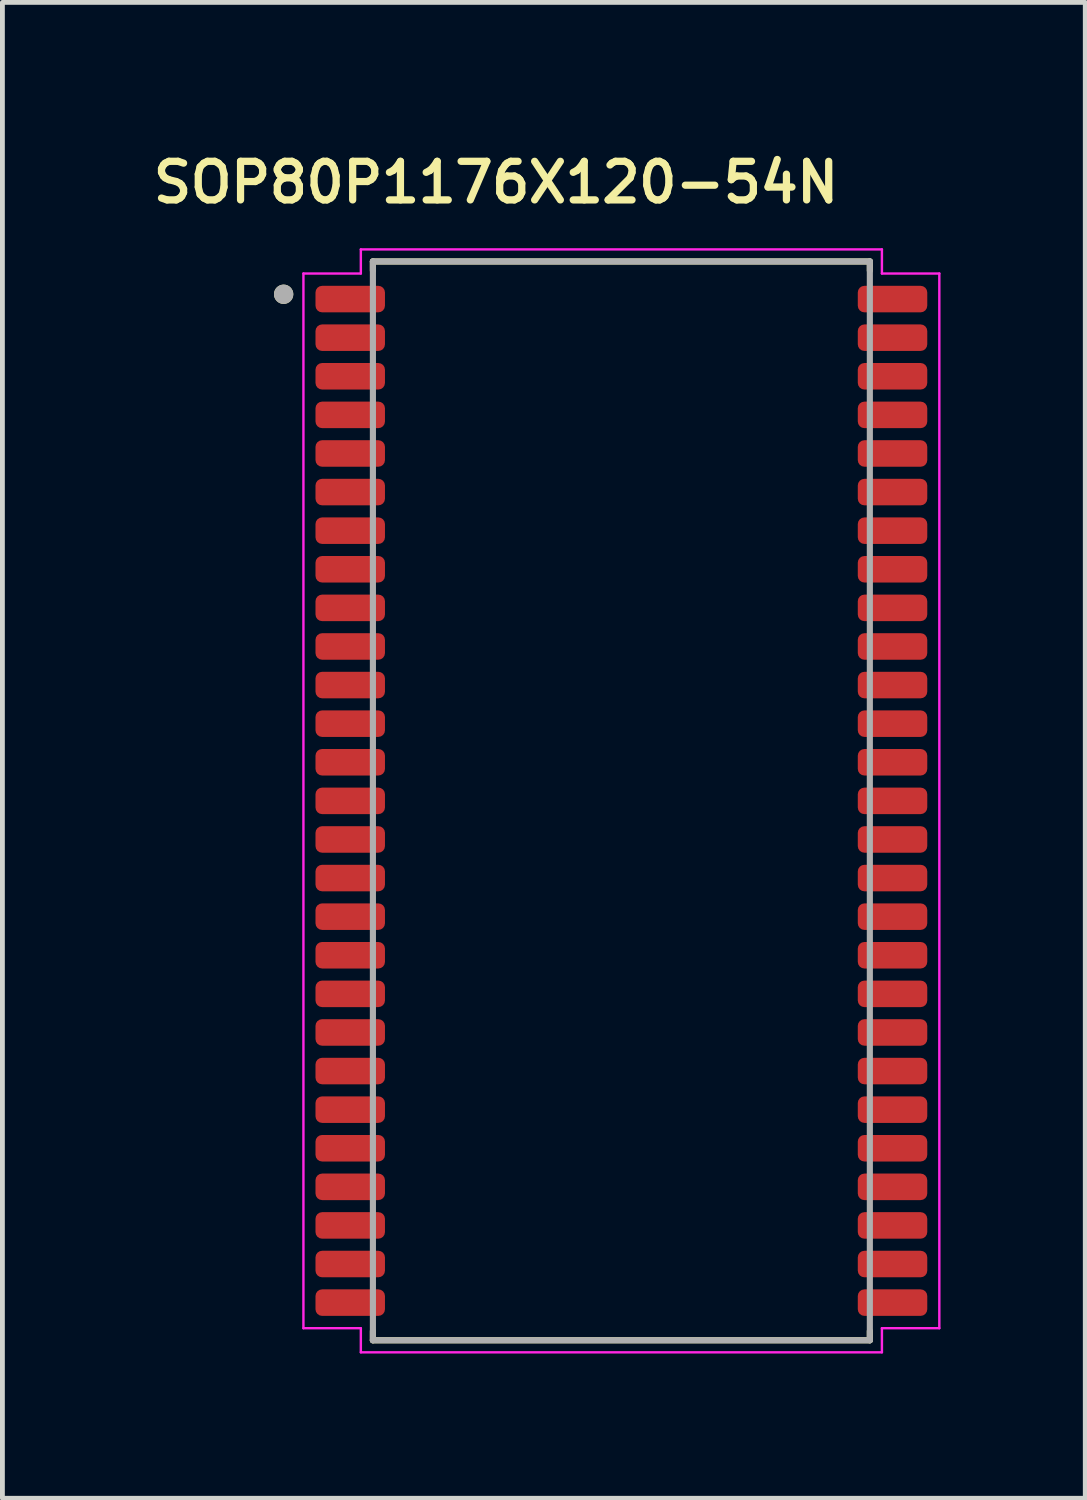
<source format=kicad_pcb>
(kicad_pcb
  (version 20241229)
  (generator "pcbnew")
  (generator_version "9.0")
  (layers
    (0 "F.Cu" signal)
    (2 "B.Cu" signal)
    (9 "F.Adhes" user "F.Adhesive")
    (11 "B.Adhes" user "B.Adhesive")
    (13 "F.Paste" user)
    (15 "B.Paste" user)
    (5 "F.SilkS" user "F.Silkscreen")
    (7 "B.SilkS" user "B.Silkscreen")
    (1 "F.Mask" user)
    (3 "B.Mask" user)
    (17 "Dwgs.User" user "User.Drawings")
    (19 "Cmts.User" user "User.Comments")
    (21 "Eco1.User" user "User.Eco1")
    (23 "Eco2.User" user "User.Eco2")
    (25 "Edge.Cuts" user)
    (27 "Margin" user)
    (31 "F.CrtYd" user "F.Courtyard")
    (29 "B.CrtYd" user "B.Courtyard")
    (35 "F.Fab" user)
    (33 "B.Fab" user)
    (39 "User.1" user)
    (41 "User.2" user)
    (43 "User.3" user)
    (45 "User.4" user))
  (footprint "SOP80P1176X120-54N"
    (layer "F.Cu")
    (at 9.829 13.549)
    (property "Reference" "SOP80P1176X120-54N" (at -2.598 -12.818 0) (layer "F.SilkS") (effects (font (size 0.8 0.8) (thickness 0.15))))
    (attr smd)
    (fp_line (start -5.15 -11.18) (end -5.15 -10.99) (stroke (width 0.127) (type solid)) (layer "F.SilkS"))
    (fp_line (start -5.15 11.18) (end -5.15 10.99) (stroke (width 0.127) (type solid)) (layer "F.SilkS"))
    (fp_line (start -5.15 11.18) (end 5.15 11.18) (stroke (width 0.127) (type solid)) (layer "F.SilkS"))
    (fp_line (start 5.15 -11.18) (end -5.15 -11.18) (stroke (width 0.127) (type solid)) (layer "F.SilkS"))
    (fp_line (start 5.15 -11.18) (end 5.15 -10.99) (stroke (width 0.127) (type solid)) (layer "F.SilkS"))
    (fp_line (start 5.15 11.18) (end 5.15 10.99) (stroke (width 0.127) (type solid)) (layer "F.SilkS"))
    (fp_circle (center -7 -10.5) (end -6.9 -10.5) (stroke (width 0.2) (type solid)) (fill no) (layer "F.SilkS"))
    (fp_line (start -6.59 -10.93) (end -6.59 10.93) (stroke (width 0.05) (type solid)) (layer "F.CrtYd"))
    (fp_line (start -5.4 -11.43) (end -5.4 -10.93) (stroke (width 0.05) (type solid)) (layer "F.CrtYd"))
    (fp_line (start -5.4 -11.43) (end 5.4 -11.43) (stroke (width 0.05) (type solid)) (layer "F.CrtYd"))
    (fp_line (start -5.4 -10.93) (end -6.59 -10.93) (stroke (width 0.05) (type solid)) (layer "F.CrtYd"))
    (fp_line (start -5.4 10.93) (end -6.59 10.93) (stroke (width 0.05) (type solid)) (layer "F.CrtYd"))
    (fp_line (start -5.4 11.43) (end -5.4 10.93) (stroke (width 0.05) (type solid)) (layer "F.CrtYd"))
    (fp_line (start -5.4 11.43) (end 5.4 11.43) (stroke (width 0.05) (type solid)) (layer "F.CrtYd"))
    (fp_line (start 5.4 -11.43) (end 5.4 -10.93) (stroke (width 0.05) (type solid)) (layer "F.CrtYd"))
    (fp_line (start 5.4 -10.93) (end 6.59 -10.93) (stroke (width 0.05) (type solid)) (layer "F.CrtYd"))
    (fp_line (start 5.4 10.93) (end 6.59 10.93) (stroke (width 0.05) (type solid)) (layer "F.CrtYd"))
    (fp_line (start 5.4 11.43) (end 5.4 10.93) (stroke (width 0.05) (type solid)) (layer "F.CrtYd"))
    (fp_line (start 6.59 -10.93) (end 6.59 10.93) (stroke (width 0.05) (type solid)) (layer "F.CrtYd"))
    (fp_line (start -5.15 -11.18) (end -5.15 11.18) (stroke (width 0.127) (type solid)) (layer "F.Fab"))
    (fp_line (start -5.15 11.18) (end 5.15 11.18) (stroke (width 0.127) (type solid)) (layer "F.Fab"))
    (fp_line (start 5.15 -11.18) (end -5.15 -11.18) (stroke (width 0.127) (type solid)) (layer "F.Fab"))
    (fp_line (start 5.15 11.18) (end 5.15 -11.18) (stroke (width 0.127) (type solid)) (layer "F.Fab"))
    (fp_circle (center -7 -10.5) (end -6.9 -10.5) (stroke (width 0.2) (type solid)) (fill no) (layer "F.Fab"))
    (pad "1" smd roundrect (at -5.62 -10.4) (size 1.44 0.55) (layers "F.Cu" "F.Mask" "F.Paste") (roundrect_rratio 0.25))
    (pad "2" smd roundrect (at -5.62 -9.6) (size 1.44 0.55) (layers "F.Cu" "F.Mask" "F.Paste") (roundrect_rratio 0.25))
    (pad "3" smd roundrect (at -5.62 -8.8) (size 1.44 0.55) (layers "F.Cu" "F.Mask" "F.Paste") (roundrect_rratio 0.25))
    (pad "4" smd roundrect (at -5.62 -8) (size 1.44 0.55) (layers "F.Cu" "F.Mask" "F.Paste") (roundrect_rratio 0.25))
    (pad "5" smd roundrect (at -5.62 -7.2) (size 1.44 0.55) (layers "F.Cu" "F.Mask" "F.Paste") (roundrect_rratio 0.25))
    (pad "6" smd roundrect (at -5.62 -6.4) (size 1.44 0.55) (layers "F.Cu" "F.Mask" "F.Paste") (roundrect_rratio 0.25))
    (pad "7" smd roundrect (at -5.62 -5.6) (size 1.44 0.55) (layers "F.Cu" "F.Mask" "F.Paste") (roundrect_rratio 0.25))
    (pad "8" smd roundrect (at -5.62 -4.8) (size 1.44 0.55) (layers "F.Cu" "F.Mask" "F.Paste") (roundrect_rratio 0.25))
    (pad "9" smd roundrect (at -5.62 -4) (size 1.44 0.55) (layers "F.Cu" "F.Mask" "F.Paste") (roundrect_rratio 0.25))
    (pad "10" smd roundrect (at -5.62 -3.2) (size 1.44 0.55) (layers "F.Cu" "F.Mask" "F.Paste") (roundrect_rratio 0.25))
    (pad "11" smd roundrect (at -5.62 -2.4) (size 1.44 0.55) (layers "F.Cu" "F.Mask" "F.Paste") (roundrect_rratio 0.25))
    (pad "12" smd roundrect (at -5.62 -1.6) (size 1.44 0.55) (layers "F.Cu" "F.Mask" "F.Paste") (roundrect_rratio 0.25))
    (pad "13" smd roundrect (at -5.62 -0.8) (size 1.44 0.55) (layers "F.Cu" "F.Mask" "F.Paste") (roundrect_rratio 0.25))
    (pad "14" smd roundrect (at -5.62 0) (size 1.44 0.55) (layers "F.Cu" "F.Mask" "F.Paste") (roundrect_rratio 0.25))
    (pad "15" smd roundrect (at -5.62 0.8) (size 1.44 0.55) (layers "F.Cu" "F.Mask" "F.Paste") (roundrect_rratio 0.25))
    (pad "16" smd roundrect (at -5.62 1.6) (size 1.44 0.55) (layers "F.Cu" "F.Mask" "F.Paste") (roundrect_rratio 0.25))
    (pad "17" smd roundrect (at -5.62 2.4) (size 1.44 0.55) (layers "F.Cu" "F.Mask" "F.Paste") (roundrect_rratio 0.25))
    (pad "18" smd roundrect (at -5.62 3.2) (size 1.44 0.55) (layers "F.Cu" "F.Mask" "F.Paste") (roundrect_rratio 0.25))
    (pad "19" smd roundrect (at -5.62 4) (size 1.44 0.55) (layers "F.Cu" "F.Mask" "F.Paste") (roundrect_rratio 0.25))
    (pad "20" smd roundrect (at -5.62 4.8) (size 1.44 0.55) (layers "F.Cu" "F.Mask" "F.Paste") (roundrect_rratio 0.25))
    (pad "21" smd roundrect (at -5.62 5.6) (size 1.44 0.55) (layers "F.Cu" "F.Mask" "F.Paste") (roundrect_rratio 0.25))
    (pad "22" smd roundrect (at -5.62 6.4) (size 1.44 0.55) (layers "F.Cu" "F.Mask" "F.Paste") (roundrect_rratio 0.25))
    (pad "23" smd roundrect (at -5.62 7.2) (size 1.44 0.55) (layers "F.Cu" "F.Mask" "F.Paste") (roundrect_rratio 0.25))
    (pad "24" smd roundrect (at -5.62 8) (size 1.44 0.55) (layers "F.Cu" "F.Mask" "F.Paste") (roundrect_rratio 0.25))
    (pad "25" smd roundrect (at -5.62 8.8) (size 1.44 0.55) (layers "F.Cu" "F.Mask" "F.Paste") (roundrect_rratio 0.25))
    (pad "26" smd roundrect (at -5.62 9.6) (size 1.44 0.55) (layers "F.Cu" "F.Mask" "F.Paste") (roundrect_rratio 0.25))
    (pad "27" smd roundrect (at -5.62 10.4) (size 1.44 0.55) (layers "F.Cu" "F.Mask" "F.Paste") (roundrect_rratio 0.25))
    (pad "28" smd roundrect (at 5.62 10.4) (size 1.44 0.55) (layers "F.Cu" "F.Mask" "F.Paste") (roundrect_rratio 0.25))
    (pad "29" smd roundrect (at 5.62 9.6) (size 1.44 0.55) (layers "F.Cu" "F.Mask" "F.Paste") (roundrect_rratio 0.25))
    (pad "30" smd roundrect (at 5.62 8.8) (size 1.44 0.55) (layers "F.Cu" "F.Mask" "F.Paste") (roundrect_rratio 0.25))
    (pad "31" smd roundrect (at 5.62 8) (size 1.44 0.55) (layers "F.Cu" "F.Mask" "F.Paste") (roundrect_rratio 0.25))
    (pad "32" smd roundrect (at 5.62 7.2) (size 1.44 0.55) (layers "F.Cu" "F.Mask" "F.Paste") (roundrect_rratio 0.25))
    (pad "33" smd roundrect (at 5.62 6.4) (size 1.44 0.55) (layers "F.Cu" "F.Mask" "F.Paste") (roundrect_rratio 0.25))
    (pad "34" smd roundrect (at 5.62 5.6) (size 1.44 0.55) (layers "F.Cu" "F.Mask" "F.Paste") (roundrect_rratio 0.25))
    (pad "35" smd roundrect (at 5.62 4.8) (size 1.44 0.55) (layers "F.Cu" "F.Mask" "F.Paste") (roundrect_rratio 0.25))
    (pad "36" smd roundrect (at 5.62 4) (size 1.44 0.55) (layers "F.Cu" "F.Mask" "F.Paste") (roundrect_rratio 0.25))
    (pad "37" smd roundrect (at 5.62 3.2) (size 1.44 0.55) (layers "F.Cu" "F.Mask" "F.Paste") (roundrect_rratio 0.25))
    (pad "38" smd roundrect (at 5.62 2.4) (size 1.44 0.55) (layers "F.Cu" "F.Mask" "F.Paste") (roundrect_rratio 0.25))
    (pad "39" smd roundrect (at 5.62 1.6) (size 1.44 0.55) (layers "F.Cu" "F.Mask" "F.Paste") (roundrect_rratio 0.25))
    (pad "40" smd roundrect (at 5.62 0.8) (size 1.44 0.55) (layers "F.Cu" "F.Mask" "F.Paste") (roundrect_rratio 0.25))
    (pad "41" smd roundrect (at 5.62 0) (size 1.44 0.55) (layers "F.Cu" "F.Mask" "F.Paste") (roundrect_rratio 0.25))
    (pad "42" smd roundrect (at 5.62 -0.8) (size 1.44 0.55) (layers "F.Cu" "F.Mask" "F.Paste") (roundrect_rratio 0.25))
    (pad "43" smd roundrect (at 5.62 -1.6) (size 1.44 0.55) (layers "F.Cu" "F.Mask" "F.Paste") (roundrect_rratio 0.25))
    (pad "44" smd roundrect (at 5.62 -2.4) (size 1.44 0.55) (layers "F.Cu" "F.Mask" "F.Paste") (roundrect_rratio 0.25))
    (pad "45" smd roundrect (at 5.62 -3.2) (size 1.44 0.55) (layers "F.Cu" "F.Mask" "F.Paste") (roundrect_rratio 0.25))
    (pad "46" smd roundrect (at 5.62 -4) (size 1.44 0.55) (layers "F.Cu" "F.Mask" "F.Paste") (roundrect_rratio 0.25))
    (pad "47" smd roundrect (at 5.62 -4.8) (size 1.44 0.55) (layers "F.Cu" "F.Mask" "F.Paste") (roundrect_rratio 0.25))
    (pad "48" smd roundrect (at 5.62 -5.6) (size 1.44 0.55) (layers "F.Cu" "F.Mask" "F.Paste") (roundrect_rratio 0.25))
    (pad "49" smd roundrect (at 5.62 -6.4) (size 1.44 0.55) (layers "F.Cu" "F.Mask" "F.Paste") (roundrect_rratio 0.25))
    (pad "50" smd roundrect (at 5.62 -7.2) (size 1.44 0.55) (layers "F.Cu" "F.Mask" "F.Paste") (roundrect_rratio 0.25))
    (pad "51" smd roundrect (at 5.62 -8) (size 1.44 0.55) (layers "F.Cu" "F.Mask" "F.Paste") (roundrect_rratio 0.25))
    (pad "52" smd roundrect (at 5.62 -8.8) (size 1.44 0.55) (layers "F.Cu" "F.Mask" "F.Paste") (roundrect_rratio 0.25))
    (pad "53" smd roundrect (at 5.62 -9.6) (size 1.44 0.55) (layers "F.Cu" "F.Mask" "F.Paste") (roundrect_rratio 0.25))
    (pad "54" smd roundrect (at 5.62 -10.4) (size 1.44 0.55) (layers "F.Cu" "F.Mask" "F.Paste") (roundrect_rratio 0.25)))
  (gr_rect
    (start -3 -3)
    (end 19.444 28.004)
    (stroke (width 0.1) (type default))
    (fill no)
    (layer "Edge.Cuts")))
</source>
